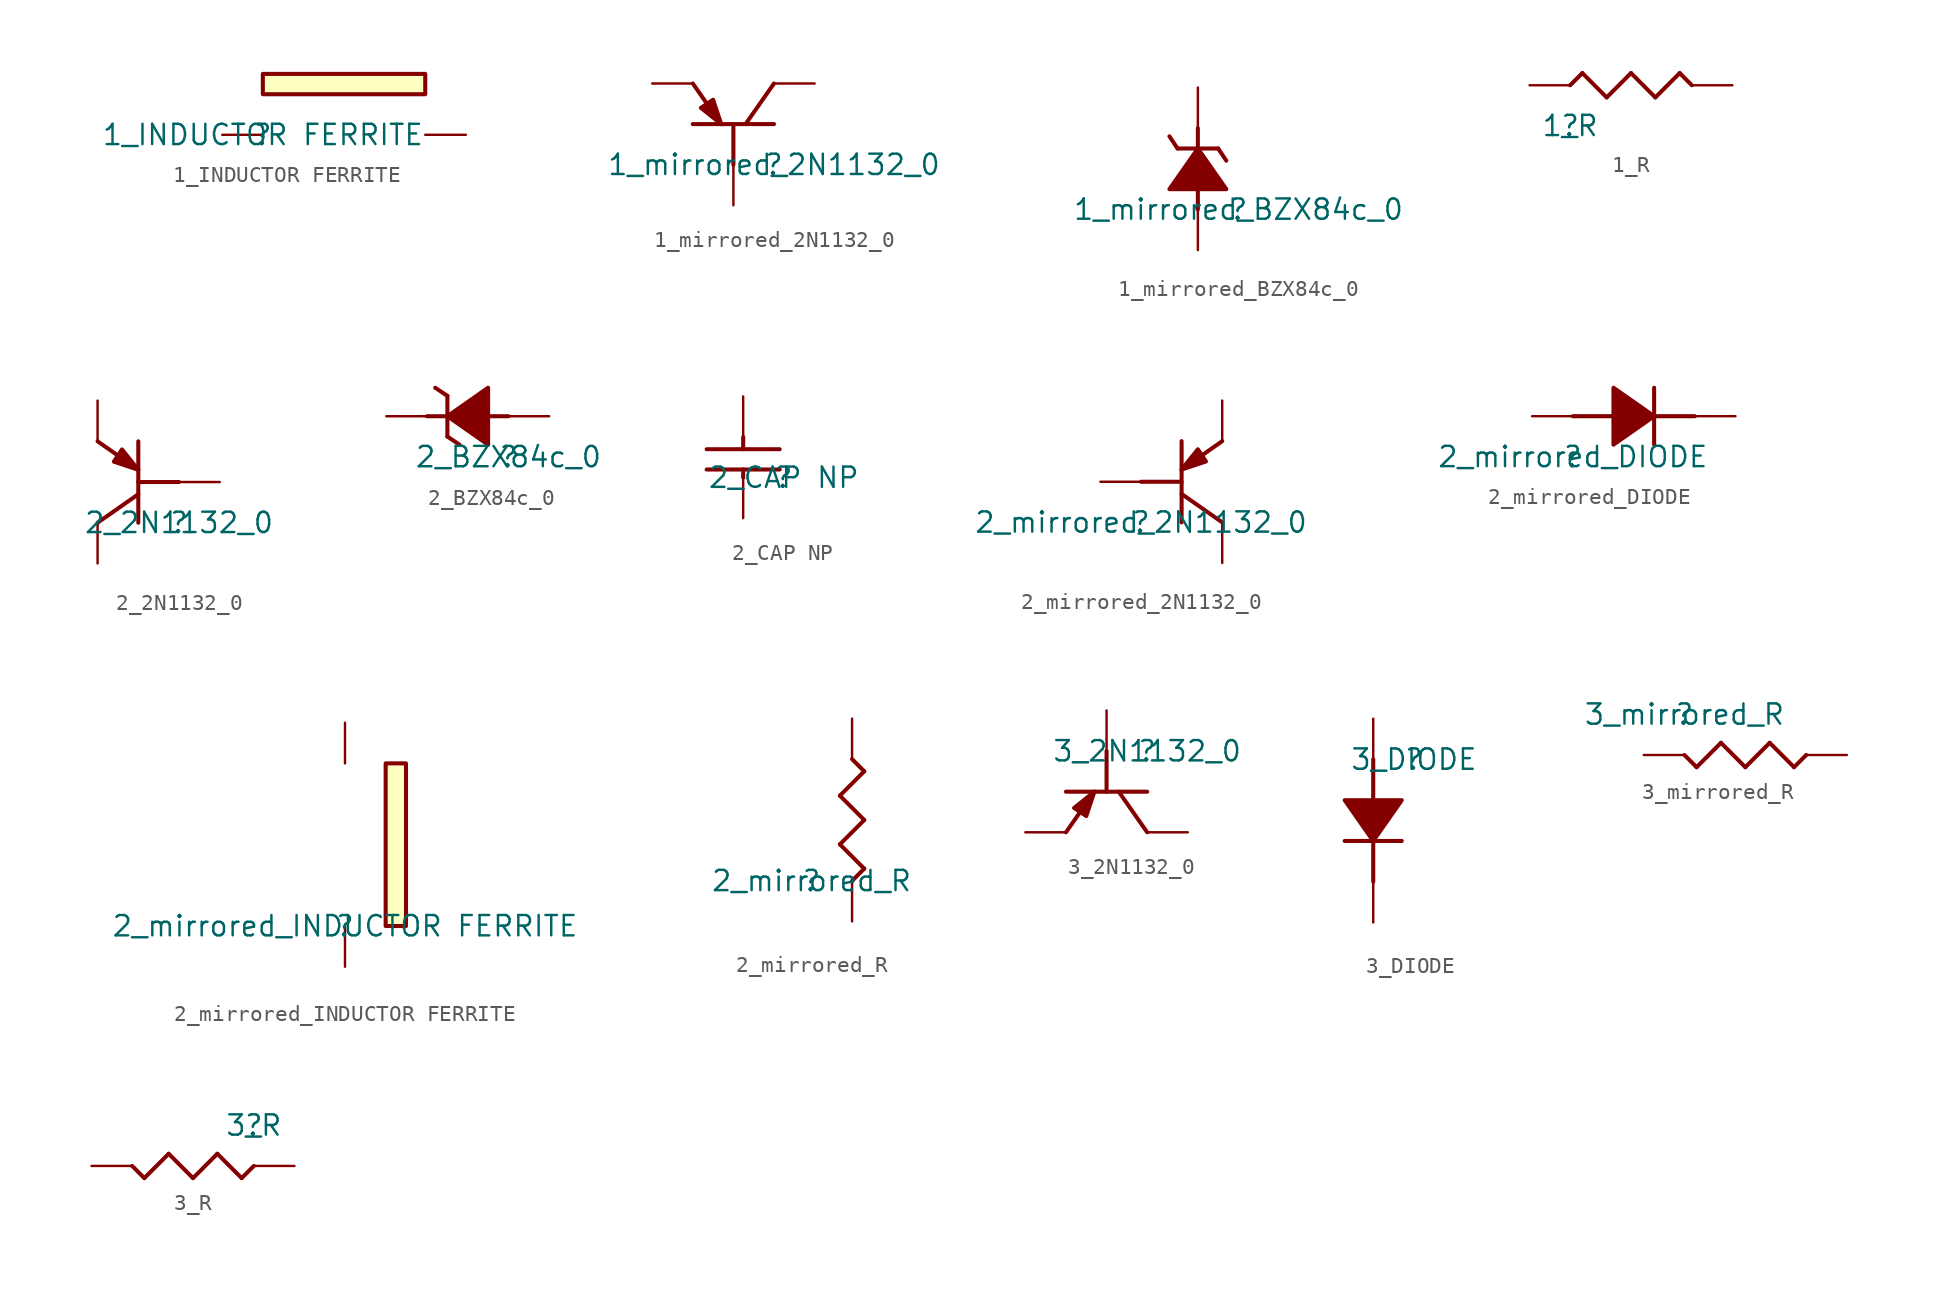
<source format=kicad_sym>
(kicad_symbol_lib
  (version 20211014)
  (generator kicad_symbol_editor)
  (symbol "1_INDUCTOR FERRITE"
    (property "Reference" ""
      (at 0 0 0)
      (effects (font (size 1.27 1.27))))
    (property "Value" "1_INDUCTOR FERRITE"
      (at 0 0 0)
      (effects (font (size 1.27 1.27))))
    (symbol "1_INDUCTOR FERRITE_1_0"
      (rectangle (start 10.16 3.81) (end 0 2.54) (stroke (width 0.254) (type default) (color 0 0 0 0)) (fill (type background)))
      (pin passive line (at -2.54 0 0) (length 2.54) (name "1" (effects (font (size 0 0)))) (number "1" (effects (font (size 0 0)))))
      (pin passive line (at 12.7 0 180) (length 2.54) (name "2" (effects (font (size 0 0)))) (number "2" (effects (font (size 0 0)))))))
  (symbol "1_mirrored_2N1132_0"
    (property "Reference" ""
      (at 0 0 0)
      (effects (font (size 1.27 1.27))))
    (property "Value" "1_mirrored_2N1132_0"
      (at 0 0 0)
      (effects (font (size 1.27 1.27))))
    (symbol "1_mirrored_2N1132_0_1_0"
      (polyline (pts (xy -3.302 2.54) (xy -5.08 5.08)) (stroke (width 0.254) (type default) (color 0 0 0 0)) (fill (type none)))
      (polyline (pts (xy -2.54 2.54) (xy -2.54 0)) (stroke (width 0.254) (type default) (color 0 0 0 0)) (fill (type none)))
      (polyline (pts (xy 0 2.54) (xy -5.08 2.54)) (stroke (width 0.254) (type default) (color 0 0 0 0)) (fill (type none)))
      (polyline (pts (xy 0 5.08) (xy -1.778 2.54)) (stroke (width 0.254) (type default) (color 0 0 0 0)) (fill (type none)))
      (polyline (pts (xy -3.302 2.54) (xy -4.572 3.556) (xy -3.81 4.064) (xy -3.302 2.54) (xy -3.302 2.54)) (stroke (width 0.254) (type default) (color 0 0 0 0)) (fill (type outline)))
      (pin input line (at -2.54 -2.54 90) (length 2.54) (name "BASE" (effects (font (size 0 0)))) (number "1" (effects (font (size 0 0)))))
      (pin passive line (at -7.62 5.08 0) (length 2.54) (name "EMITTER" (effects (font (size 0 0)))) (number "2" (effects (font (size 0 0)))))
      (pin passive line (at 2.54 5.08 180) (length 2.54) (name "COLLECTOR" (effects (font (size 0 0)))) (number "3" (effects (font (size 0 0)))))))
  (symbol "1_mirrored_BZX84c_0"
    (property "Reference" ""
      (at 0 0 0)
      (effects (font (size 1.27 1.27))))
    (property "Value" "1_mirrored_BZX84c_0"
      (at 0 0 0)
      (effects (font (size 1.27 1.27))))
    (symbol "1_mirrored_BZX84c_0_1_0"
      (polyline (pts (xy -3.81 3.81) (xy -4.318 4.572)) (stroke (width 0.254) (type default) (color 0 0 0 0)) (fill (type none)))
      (polyline (pts (xy -2.54 0) (xy -2.54 2.54)) (stroke (width 0.254) (type default) (color 0 0 0 0)) (fill (type none)))
      (polyline (pts (xy -2.54 1.27) (xy -2.54 5.08)) (stroke (width 0.254) (type default) (color 0 0 0 0)) (fill (type none)))
      (polyline (pts (xy -1.27 3.81) (xy -3.81 3.81)) (stroke (width 0.254) (type default) (color 0 0 0 0)) (fill (type none)))
      (polyline (pts (xy -0.762 3.048) (xy -1.27 3.81)) (stroke (width 0.254) (type default) (color 0 0 0 0)) (fill (type none)))
      (polyline (pts (xy -2.54 3.81) (xy -2.54 3.81) (xy -4.318 1.27) (xy -0.762 1.27) (xy -2.54 3.81) (xy -2.54 3.81)) (stroke (width 0.254) (type default) (color 0 0 0 0)) (fill (type outline)))
      (pin passive line (at -2.54 -2.54 90) (length 2.54) (name "A" (effects (font (size 0 0)))) (number "1" (effects (font (size 0 0)))))
      (pin passive line (at -2.54 7.62 270) (length 2.54) (name "C" (effects (font (size 0 0)))) (number "3" (effects (font (size 0 0)))))))
  (symbol "1_R"
    (property "Reference" ""
      (at 0 0 0)
      (effects (font (size 1.27 1.27))))
    (property "Value" "1_R"
      (at 0 0 0)
      (effects (font (size 1.27 1.27))))
    (symbol "1_R_1_0"
      (polyline (pts (xy 0 2.54) (xy 0.762 3.302)) (stroke (width 0.254) (type default) (color 0 0 0 0)) (fill (type none)))
      (polyline (pts (xy 0.762 3.302) (xy 2.286 1.778)) (stroke (width 0.254) (type default) (color 0 0 0 0)) (fill (type none)))
      (polyline (pts (xy 2.286 1.778) (xy 3.81 3.302)) (stroke (width 0.254) (type default) (color 0 0 0 0)) (fill (type none)))
      (polyline (pts (xy 3.81 3.302) (xy 5.334 1.778)) (stroke (width 0.254) (type default) (color 0 0 0 0)) (fill (type none)))
      (polyline (pts (xy 5.334 1.778) (xy 6.858 3.302)) (stroke (width 0.254) (type default) (color 0 0 0 0)) (fill (type none)))
      (polyline (pts (xy 6.858 3.302) (xy 7.62 2.54)) (stroke (width 0.254) (type default) (color 0 0 0 0)) (fill (type none)))
      (pin passive line (at -2.54 2.54 0) (length 2.54) (name "1" (effects (font (size 0 0)))) (number "1" (effects (font (size 0 0)))))
      (pin passive line (at 10.16 2.54 180) (length 2.54) (name "2" (effects (font (size 0 0)))) (number "2" (effects (font (size 0 0)))))))
  (symbol "2_2N1132_0"
    (property "Reference" ""
      (at 0 0 0)
      (effects (font (size 1.27 1.27))))
    (property "Value" "2_2N1132_0"
      (at 0 0 0)
      (effects (font (size 1.27 1.27))))
    (symbol "2_2N1132_0_1_0"
      (polyline (pts (xy -5.08 0) (xy -2.54 1.778)) (stroke (width 0.254) (type default) (color 0 0 0 0)) (fill (type none)))
      (polyline (pts (xy -2.54 0) (xy -2.54 5.08)) (stroke (width 0.254) (type default) (color 0 0 0 0)) (fill (type none)))
      (polyline (pts (xy -2.54 2.54) (xy 0 2.54)) (stroke (width 0.254) (type default) (color 0 0 0 0)) (fill (type none)))
      (polyline (pts (xy -2.54 3.302) (xy -5.08 5.08)) (stroke (width 0.254) (type default) (color 0 0 0 0)) (fill (type none)))
      (polyline (pts (xy -2.54 3.302) (xy -3.556 4.572) (xy -4.064 3.81) (xy -2.54 3.302) (xy -2.54 3.302)) (stroke (width 0.254) (type default) (color 0 0 0 0)) (fill (type outline)))
      (pin input line (at 2.54 2.54 180) (length 2.54) (name "BASE" (effects (font (size 0 0)))) (number "1" (effects (font (size 0 0)))))
      (pin passive line (at -5.08 7.62 270) (length 2.54) (name "EMITTER" (effects (font (size 0 0)))) (number "2" (effects (font (size 0 0)))))
      (pin passive line (at -5.08 -2.54 90) (length 2.54) (name "COLLECTOR" (effects (font (size 0 0)))) (number "3" (effects (font (size 0 0)))))))
  (symbol "2_BZX84c_0"
    (property "Reference" ""
      (at 0 0 0)
      (effects (font (size 1.27 1.27))))
    (property "Value" "2_BZX84c_0"
      (at 0 0 0)
      (effects (font (size 1.27 1.27))))
    (symbol "2_BZX84c_0_1_0"
      (polyline (pts (xy -3.81 1.27) (xy -3.81 3.81)) (stroke (width 0.254) (type default) (color 0 0 0 0)) (fill (type none)))
      (polyline (pts (xy -3.81 3.81) (xy -4.572 4.318)) (stroke (width 0.254) (type default) (color 0 0 0 0)) (fill (type none)))
      (polyline (pts (xy -3.048 0.762) (xy -3.81 1.27)) (stroke (width 0.254) (type default) (color 0 0 0 0)) (fill (type none)))
      (polyline (pts (xy -1.27 2.54) (xy -5.08 2.54)) (stroke (width 0.254) (type default) (color 0 0 0 0)) (fill (type none)))
      (polyline (pts (xy 0 2.54) (xy -2.54 2.54)) (stroke (width 0.254) (type default) (color 0 0 0 0)) (fill (type none)))
      (polyline (pts (xy -3.81 2.54) (xy -3.81 2.54) (xy -1.27 4.318) (xy -1.27 0.762) (xy -3.81 2.54) (xy -3.81 2.54)) (stroke (width 0.254) (type default) (color 0 0 0 0)) (fill (type outline)))
      (pin passive line (at 2.54 2.54 180) (length 2.54) (name "A" (effects (font (size 0 0)))) (number "1" (effects (font (size 0 0)))))
      (pin passive line (at -7.62 2.54 0) (length 2.54) (name "C" (effects (font (size 0 0)))) (number "3" (effects (font (size 0 0)))))))
  (symbol "2_CAP NP"
    (property "Reference" ""
      (at 0 0 0)
      (effects (font (size 1.27 1.27))))
    (property "Value" "2_CAP NP"
      (at 0 0 0)
      (effects (font (size 1.27 1.27))))
    (symbol "2_CAP NP_1_0"
      (polyline (pts (xy -2.54 0) (xy -2.54 0.508)) (stroke (width 0.254) (type default) (color 0 0 0 0)) (fill (type none)))
      (polyline (pts (xy -2.54 2.54) (xy -2.54 1.778)) (stroke (width 0.254) (type default) (color 0 0 0 0)) (fill (type none)))
      (polyline (pts (xy -0.254 0.508) (xy -4.826 0.508)) (stroke (width 0.254) (type default) (color 0 0 0 0)) (fill (type none)))
      (polyline (pts (xy -0.254 1.778) (xy -4.826 1.778)) (stroke (width 0.254) (type default) (color 0 0 0 0)) (fill (type none)))
      (pin passive line (at -2.54 -2.54 90) (length 2.54) (name "1" (effects (font (size 0 0)))) (number "1" (effects (font (size 0 0)))))
      (pin passive line (at -2.54 5.08 270) (length 2.54) (name "2" (effects (font (size 0 0)))) (number "2" (effects (font (size 0 0)))))))
  (symbol "2_mirrored_2N1132_0"
    (property "Reference" ""
      (at 0 0 0)
      (effects (font (size 1.27 1.27))))
    (property "Value" "2_mirrored_2N1132_0"
      (at 0 0 0)
      (effects (font (size 1.27 1.27))))
    (symbol "2_mirrored_2N1132_0_1_0"
      (polyline (pts (xy 2.54 0) (xy 2.54 5.08)) (stroke (width 0.254) (type default) (color 0 0 0 0)) (fill (type none)))
      (polyline (pts (xy 2.54 2.54) (xy 0 2.54)) (stroke (width 0.254) (type default) (color 0 0 0 0)) (fill (type none)))
      (polyline (pts (xy 2.54 3.302) (xy 5.08 5.08)) (stroke (width 0.254) (type default) (color 0 0 0 0)) (fill (type none)))
      (polyline (pts (xy 5.08 0) (xy 2.54 1.778)) (stroke (width 0.254) (type default) (color 0 0 0 0)) (fill (type none)))
      (polyline (pts (xy 2.54 3.302) (xy 3.556 4.572) (xy 4.064 3.81) (xy 2.54 3.302) (xy 2.54 3.302)) (stroke (width 0.254) (type default) (color 0 0 0 0)) (fill (type outline)))
      (pin input line (at -2.54 2.54 0) (length 2.54) (name "BASE" (effects (font (size 0 0)))) (number "1" (effects (font (size 0 0)))))
      (pin passive line (at 5.08 7.62 270) (length 2.54) (name "EMITTER" (effects (font (size 0 0)))) (number "2" (effects (font (size 0 0)))))
      (pin passive line (at 5.08 -2.54 90) (length 2.54) (name "COLLECTOR" (effects (font (size 0 0)))) (number "3" (effects (font (size 0 0)))))))
  (symbol "2_mirrored_DIODE"
    (property "Reference" ""
      (at 0 0 0)
      (effects (font (size 1.27 1.27))))
    (property "Value" "2_mirrored_DIODE"
      (at 0 0 0)
      (effects (font (size 1.27 1.27))))
    (symbol "2_mirrored_DIODE_1_0"
      (polyline (pts (xy 0 2.54) (xy 2.54 2.54)) (stroke (width 0.254) (type default) (color 0 0 0 0)) (fill (type none)))
      (polyline (pts (xy 5.08 0.762) (xy 5.08 4.318)) (stroke (width 0.254) (type default) (color 0 0 0 0)) (fill (type none)))
      (polyline (pts (xy 5.08 2.54) (xy 7.62 2.54)) (stroke (width 0.254) (type default) (color 0 0 0 0)) (fill (type none)))
      (polyline (pts (xy 5.08 2.54) (xy 5.08 2.54) (xy 2.54 4.318) (xy 2.54 0.762) (xy 5.08 2.54) (xy 5.08 2.54)) (stroke (width 0.254) (type default) (color 0 0 0 0)) (fill (type outline)))
      (pin passive line (at -2.54 2.54 0) (length 2.54) (name "A" (effects (font (size 0 0)))) (number "1" (effects (font (size 0 0)))))
      (pin passive line (at 10.16 2.54 180) (length 2.54) (name "K" (effects (font (size 0 0)))) (number "2" (effects (font (size 0 0)))))))
  (symbol "2_mirrored_INDUCTOR FERRITE"
    (property "Reference" ""
      (at 0 0 0)
      (effects (font (size 1.27 1.27))))
    (property "Value" "2_mirrored_INDUCTOR FERRITE"
      (at 0 0 0)
      (effects (font (size 1.27 1.27))))
    (symbol "2_mirrored_INDUCTOR FERRITE_1_0"
      (rectangle (start 3.81 10.16) (end 2.54 0) (stroke (width 0.254) (type default) (color 0 0 0 0)) (fill (type background)))
      (pin passive line (at 0 -2.54 90) (length 2.54) (name "1" (effects (font (size 0 0)))) (number "1" (effects (font (size 0 0)))))
      (pin passive line (at 0 12.7 270) (length 2.54) (name "2" (effects (font (size 0 0)))) (number "2" (effects (font (size 0 0)))))))
  (symbol "2_mirrored_R"
    (property "Reference" ""
      (at 0 0 0)
      (effects (font (size 1.27 1.27))))
    (property "Value" "2_mirrored_R"
      (at 0 0 0)
      (effects (font (size 1.27 1.27))))
    (symbol "2_mirrored_R_1_0"
      (polyline (pts (xy 1.778 2.286) (xy 3.302 3.81)) (stroke (width 0.254) (type default) (color 0 0 0 0)) (fill (type none)))
      (polyline (pts (xy 1.778 5.334) (xy 3.302 6.858)) (stroke (width 0.254) (type default) (color 0 0 0 0)) (fill (type none)))
      (polyline (pts (xy 2.54 0) (xy 3.302 0.762)) (stroke (width 0.254) (type default) (color 0 0 0 0)) (fill (type none)))
      (polyline (pts (xy 3.302 0.762) (xy 1.778 2.286)) (stroke (width 0.254) (type default) (color 0 0 0 0)) (fill (type none)))
      (polyline (pts (xy 3.302 3.81) (xy 1.778 5.334)) (stroke (width 0.254) (type default) (color 0 0 0 0)) (fill (type none)))
      (polyline (pts (xy 3.302 6.858) (xy 2.54 7.62)) (stroke (width 0.254) (type default) (color 0 0 0 0)) (fill (type none)))
      (pin passive line (at 2.54 -2.54 90) (length 2.54) (name "1" (effects (font (size 0 0)))) (number "1" (effects (font (size 0 0)))))
      (pin passive line (at 2.54 10.16 270) (length 2.54) (name "2" (effects (font (size 0 0)))) (number "2" (effects (font (size 0 0)))))))
  (symbol "3_2N1132_0"
    (property "Reference" ""
      (at 0 0 0)
      (effects (font (size 1.27 1.27))))
    (property "Value" "3_2N1132_0"
      (at 0 0 0)
      (effects (font (size 1.27 1.27))))
    (symbol "3_2N1132_0_1_0"
      (polyline (pts (xy -3.302 -2.54) (xy -5.08 -5.08)) (stroke (width 0.254) (type default) (color 0 0 0 0)) (fill (type none)))
      (polyline (pts (xy -2.54 -2.54) (xy -2.54 0)) (stroke (width 0.254) (type default) (color 0 0 0 0)) (fill (type none)))
      (polyline (pts (xy 0 -5.08) (xy -1.778 -2.54)) (stroke (width 0.254) (type default) (color 0 0 0 0)) (fill (type none)))
      (polyline (pts (xy 0 -2.54) (xy -5.08 -2.54)) (stroke (width 0.254) (type default) (color 0 0 0 0)) (fill (type none)))
      (polyline (pts (xy -3.302 -2.54) (xy -4.572 -3.556) (xy -3.81 -4.064) (xy -3.302 -2.54) (xy -3.302 -2.54)) (stroke (width 0.254) (type default) (color 0 0 0 0)) (fill (type outline)))
      (pin input line (at -2.54 2.54 270) (length 2.54) (name "BASE" (effects (font (size 0 0)))) (number "1" (effects (font (size 0 0)))))
      (pin passive line (at -7.62 -5.08 0) (length 2.54) (name "EMITTER" (effects (font (size 0 0)))) (number "2" (effects (font (size 0 0)))))
      (pin passive line (at 2.54 -5.08 180) (length 2.54) (name "COLLECTOR" (effects (font (size 0 0)))) (number "3" (effects (font (size 0 0)))))))
  (symbol "3_DIODE"
    (property "Reference" ""
      (at 0 0 0)
      (effects (font (size 1.27 1.27))))
    (property "Value" "3_DIODE"
      (at 0 0 0)
      (effects (font (size 1.27 1.27))))
    (symbol "3_DIODE_1_0"
      (polyline (pts (xy -2.54 -5.08) (xy -2.54 -7.62)) (stroke (width 0.254) (type default) (color 0 0 0 0)) (fill (type none)))
      (polyline (pts (xy -2.54 0) (xy -2.54 -2.54)) (stroke (width 0.254) (type default) (color 0 0 0 0)) (fill (type none)))
      (polyline (pts (xy -0.762 -5.08) (xy -4.318 -5.08)) (stroke (width 0.254) (type default) (color 0 0 0 0)) (fill (type none)))
      (polyline (pts (xy -2.54 -5.08) (xy -2.54 -5.08) (xy -4.318 -2.54) (xy -0.762 -2.54) (xy -2.54 -5.08) (xy -2.54 -5.08)) (stroke (width 0.254) (type default) (color 0 0 0 0)) (fill (type outline)))
      (pin passive line (at -2.54 2.54 270) (length 2.54) (name "A" (effects (font (size 0 0)))) (number "1" (effects (font (size 0 0)))))
      (pin passive line (at -2.54 -10.16 90) (length 2.54) (name "K" (effects (font (size 0 0)))) (number "2" (effects (font (size 0 0)))))))
  (symbol "3_mirrored_R"
    (property "Reference" ""
      (at 0 0 0)
      (effects (font (size 1.27 1.27))))
    (property "Value" "3_mirrored_R"
      (at 0 0 0)
      (effects (font (size 1.27 1.27))))
    (symbol "3_mirrored_R_1_0"
      (polyline (pts (xy 0 -2.54) (xy 0.762 -3.302)) (stroke (width 0.254) (type default) (color 0 0 0 0)) (fill (type none)))
      (polyline (pts (xy 0.762 -3.302) (xy 2.286 -1.778)) (stroke (width 0.254) (type default) (color 0 0 0 0)) (fill (type none)))
      (polyline (pts (xy 2.286 -1.778) (xy 3.81 -3.302)) (stroke (width 0.254) (type default) (color 0 0 0 0)) (fill (type none)))
      (polyline (pts (xy 3.81 -3.302) (xy 5.334 -1.778)) (stroke (width 0.254) (type default) (color 0 0 0 0)) (fill (type none)))
      (polyline (pts (xy 5.334 -1.778) (xy 6.858 -3.302)) (stroke (width 0.254) (type default) (color 0 0 0 0)) (fill (type none)))
      (polyline (pts (xy 6.858 -3.302) (xy 7.62 -2.54)) (stroke (width 0.254) (type default) (color 0 0 0 0)) (fill (type none)))
      (pin passive line (at -2.54 -2.54 0) (length 2.54) (name "1" (effects (font (size 0 0)))) (number "1" (effects (font (size 0 0)))))
      (pin passive line (at 10.16 -2.54 180) (length 2.54) (name "2" (effects (font (size 0 0)))) (number "2" (effects (font (size 0 0)))))))
  (symbol "3_R"
    (property "Reference" ""
      (at 0 0 0)
      (effects (font (size 1.27 1.27))))
    (property "Value" "3_R"
      (at 0 0 0)
      (effects (font (size 1.27 1.27))))
    (symbol "3_R_1_0"
      (polyline (pts (xy -6.858 -3.302) (xy -7.62 -2.54)) (stroke (width 0.254) (type default) (color 0 0 0 0)) (fill (type none)))
      (polyline (pts (xy -5.334 -1.778) (xy -6.858 -3.302)) (stroke (width 0.254) (type default) (color 0 0 0 0)) (fill (type none)))
      (polyline (pts (xy -3.81 -3.302) (xy -5.334 -1.778)) (stroke (width 0.254) (type default) (color 0 0 0 0)) (fill (type none)))
      (polyline (pts (xy -2.286 -1.778) (xy -3.81 -3.302)) (stroke (width 0.254) (type default) (color 0 0 0 0)) (fill (type none)))
      (polyline (pts (xy -0.762 -3.302) (xy -2.286 -1.778)) (stroke (width 0.254) (type default) (color 0 0 0 0)) (fill (type none)))
      (polyline (pts (xy 0 -2.54) (xy -0.762 -3.302)) (stroke (width 0.254) (type default) (color 0 0 0 0)) (fill (type none)))
      (pin passive line (at 2.54 -2.54 180) (length 2.54) (name "1" (effects (font (size 0 0)))) (number "1" (effects (font (size 0 0)))))
      (pin passive line (at -10.16 -2.54 0) (length 2.54) (name "2" (effects (font (size 0 0)))) (number "2" (effects (font (size 0 0))))))))
</source>
